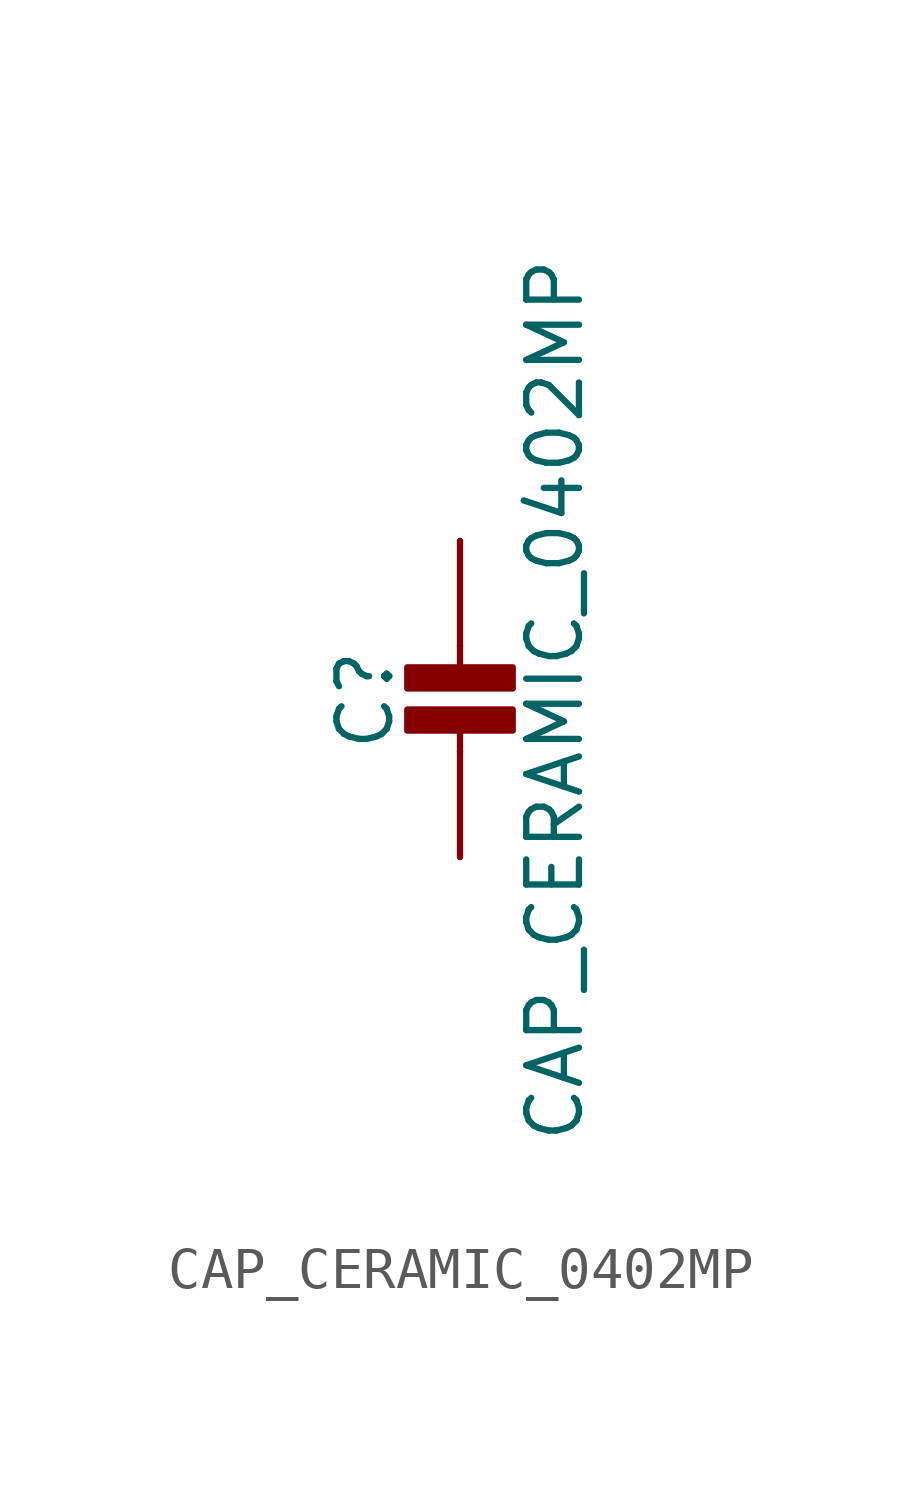
<source format=kicad_sym>
(kicad_symbol_lib
  (version 20211014)
  (generator kicad_symbol_editor)
  (symbol "CAP_CERAMIC_0402MP"
    (pin_names
      (offset 1.016))
    (property "Reference" "C"
      (at -2.286 1.245 90)
      (effects (font (size 1.27 1.27))))
    (property "Value" "CAP_CERAMIC_0402MP"
      (at 2.286 1.245 90)
      (effects (font (size 1.27 1.27))))
    (property "ki_locked" ""
      (at 0 0 0)
      (effects (font (size 1.27 1.27))))
    (symbol "CAP_CERAMIC_0402MP_1_0"
      (rectangle (start -1.27 0.508) (end 1.27 1.016) (stroke (width 0) (type default) (color 0 0 0 0)) (fill (type outline)))
      (rectangle (start -1.27 1.524) (end 1.27 2.032) (stroke (width 0) (type default) (color 0 0 0 0)) (fill (type outline)))
      (polyline (pts (xy 0 0.762) (xy 0 0)) (stroke (width 0) (type default) (color 0 0 0 0)) (fill (type none)))
      (polyline (pts (xy 0 2.54) (xy 0 1.778)) (stroke (width 0) (type default) (color 0 0 0 0)) (fill (type none)))
      (pin passive line (at 0 5.08 270) (length 2.54) (name "1" (effects (font (size 0 0)))) (number "1" (effects (font (size 0 0)))))
      (pin passive line (at 0 -2.54 90) (length 2.54) (name "2" (effects (font (size 0 0)))) (number "2" (effects (font (size 0 0))))))))
</source>
